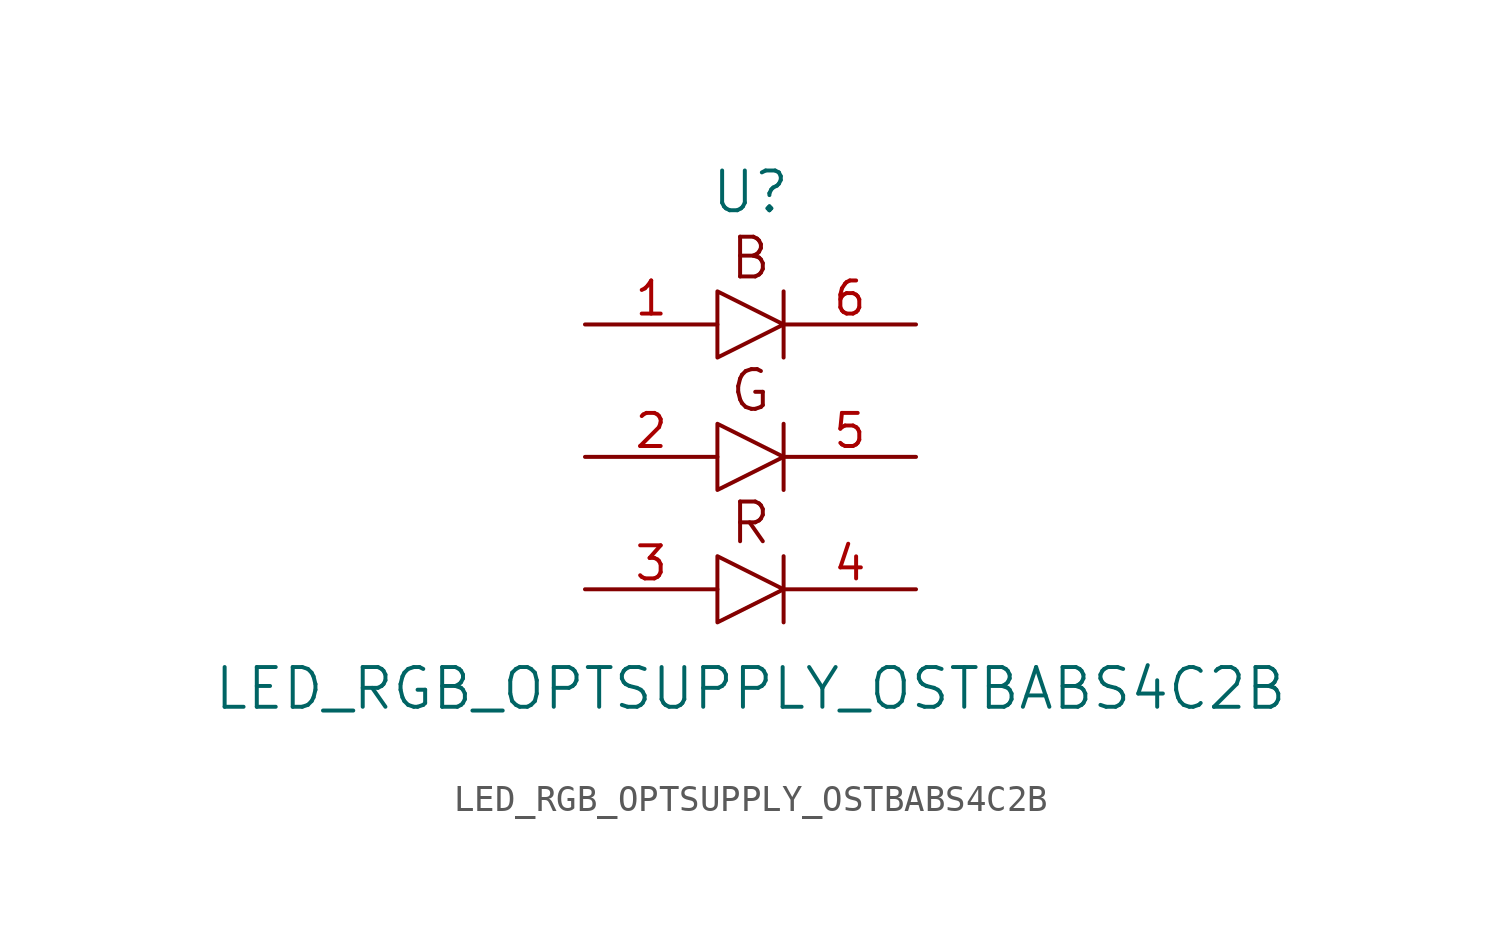
<source format=kicad_sym>
(kicad_symbol_lib
  (version 20220914)
  (generator kicad_symbol_editor)
  (symbol "LED_RGB_OPTSUPPLY_OSTBABS4C2B"
    (pin_names
      (offset 1.016))
    (property "Reference" "U"
      (at 0 10.16 0)
      (effects (font (size 1.524 1.524))))
    (property "Value" "LED_RGB_OPTSUPPLY_OSTBABS4C2B"
      (at 0 -8.89 0)
      (effects (font (size 1.524 1.524))))
    (property "Footprint" ""
      (at 0 -1.27 0)
      (effects (font (size 1.524 1.524))))
    (property "Datasheet" ""
      (at 0 -1.27 0)
      (effects (font (size 1.524 1.524))))
    (symbol "LED_RGB_OPTSUPPLY_OSTBABS4C2B_0_0"
      (text "B" (at 0 7.62 0) (effects (font (size 1.524 1.524))))
      (text "G" (at 0 2.54 0) (effects (font (size 1.524 1.524))))
      (text "R" (at 0 -2.54 0) (effects (font (size 1.524 1.524)))))
    (symbol "LED_RGB_OPTSUPPLY_OSTBABS4C2B_0_1"
      (polyline (pts (xy 1.27 -3.81) (xy 1.27 -6.35)) (stroke (width 0) (type solid)) (fill (type none)))
      (polyline (pts (xy 1.27 1.27) (xy 1.27 -1.27)) (stroke (width 0) (type solid)) (fill (type none)))
      (polyline (pts (xy 1.27 6.35) (xy 1.27 3.81)) (stroke (width 0) (type solid)) (fill (type none)))
      (polyline (pts (xy 1.27 -5.08) (xy -1.27 -3.81) (xy -1.27 -6.35) (xy 1.27 -5.08)) (stroke (width 0) (type solid)) (fill (type none)))
      (polyline (pts (xy 1.27 0) (xy -1.27 1.27) (xy -1.27 -1.27) (xy 1.27 0)) (stroke (width 0) (type solid)) (fill (type none)))
      (polyline (pts (xy 1.27 5.08) (xy -1.27 6.35) (xy -1.27 3.81) (xy 1.27 5.08)) (stroke (width 0) (type solid)) (fill (type none))))
    (symbol "LED_RGB_OPTSUPPLY_OSTBABS4C2B_1_1"
      (pin input line (at -6.35 5.08 0) (length 5.08) (name "~" (effects (font (size 1.27 1.27)))) (number "1" (effects (font (size 1.27 1.27)))))
      (pin input line (at -6.35 0 0) (length 5.08) (name "~" (effects (font (size 1.27 1.27)))) (number "2" (effects (font (size 1.27 1.27)))))
      (pin input line (at -6.35 -5.08 0) (length 5.08) (name "~" (effects (font (size 1.27 1.27)))) (number "3" (effects (font (size 1.27 1.27)))))
      (pin input line (at 6.35 -5.08 180) (length 5.08) (name "~" (effects (font (size 1.27 1.27)))) (number "4" (effects (font (size 1.27 1.27)))))
      (pin input line (at 6.35 0 180) (length 5.08) (name "~" (effects (font (size 1.27 1.27)))) (number "5" (effects (font (size 1.27 1.27)))))
      (pin input line (at 6.35 5.08 180) (length 5.08) (name "~" (effects (font (size 1.27 1.27)))) (number "6" (effects (font (size 1.27 1.27))))))))
</source>
